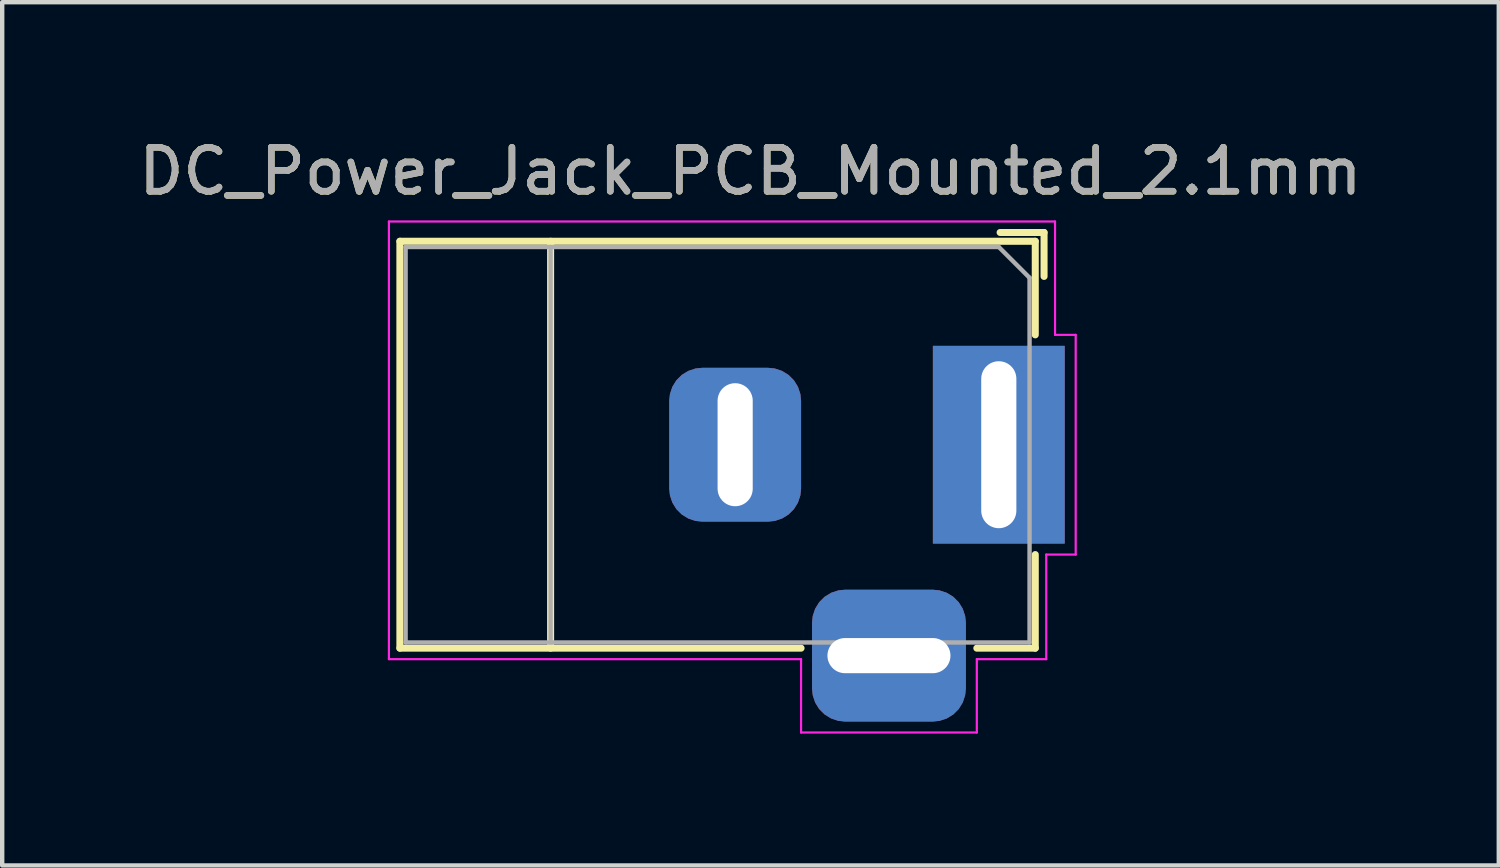
<source format=kicad_pcb>
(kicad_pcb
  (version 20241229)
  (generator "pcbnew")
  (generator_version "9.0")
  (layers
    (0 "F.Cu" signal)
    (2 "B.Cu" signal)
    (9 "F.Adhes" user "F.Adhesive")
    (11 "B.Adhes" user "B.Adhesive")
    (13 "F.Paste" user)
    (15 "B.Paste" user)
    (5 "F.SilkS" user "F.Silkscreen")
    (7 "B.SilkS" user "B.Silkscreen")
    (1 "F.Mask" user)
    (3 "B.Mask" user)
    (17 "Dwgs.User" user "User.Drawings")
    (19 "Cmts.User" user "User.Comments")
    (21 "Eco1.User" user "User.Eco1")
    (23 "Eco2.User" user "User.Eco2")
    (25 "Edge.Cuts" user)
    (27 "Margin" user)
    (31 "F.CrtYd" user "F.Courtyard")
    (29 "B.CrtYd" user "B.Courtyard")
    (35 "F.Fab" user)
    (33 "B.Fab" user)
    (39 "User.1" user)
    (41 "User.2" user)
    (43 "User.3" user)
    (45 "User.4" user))
  (footprint "DC_Power_Jack_PCB_Mounted_2.1mm"
    (layer "F.Cu")
    (at 19.681 7.071)
    (property "Reference" "DC_Power_Jack_PCB_Mounted_2.1mm" (at -5.652 -6.223 0) (layer "F.SilkS") (effects (font (size 1 1) (thickness 0.15))))
    (attr through_hole)
    (fp_line (start -13.63 -4.63) (end 0.83 -4.63) (stroke (width 0.16) (type solid)) (layer "F.SilkS"))
    (fp_line (start -13.63 4.63) (end -13.63 -4.63) (stroke (width 0.16) (type solid)) (layer "F.SilkS"))
    (fp_line (start -10.2 -4.63) (end -10.2 4.63) (stroke (width 0.16) (type solid)) (layer "F.SilkS"))
    (fp_line (start -4.5 4.63) (end -13.63 4.63) (stroke (width 0.16) (type solid)) (layer "F.SilkS"))
    (fp_line (start 0.03 -4.83) (end 1.03 -4.83) (stroke (width 0.16) (type solid)) (layer "F.SilkS"))
    (fp_line (start 0.83 -4.63) (end 0.83 -2.5) (stroke (width 0.16) (type solid)) (layer "F.SilkS"))
    (fp_line (start 0.83 2.5) (end 0.83 4.63) (stroke (width 0.16) (type solid)) (layer "F.SilkS"))
    (fp_line (start 0.83 4.63) (end -0.5 4.63) (stroke (width 0.16) (type solid)) (layer "F.SilkS"))
    (fp_line (start 1.03 -4.83) (end 1.03 -3.83) (stroke (width 0.16) (type solid)) (layer "F.SilkS"))
    (fp_line (start -13.88 -5.08) (end 1.28 -5.08) (stroke (width 0.05) (type solid)) (layer "F.CrtYd"))
    (fp_line (start -13.88 4.88) (end -13.88 -5.08) (stroke (width 0.05) (type solid)) (layer "F.CrtYd"))
    (fp_line (start -4.5 4.88) (end -13.88 4.88) (stroke (width 0.05) (type solid)) (layer "F.CrtYd"))
    (fp_line (start -4.5 6.55) (end -4.5 4.88) (stroke (width 0.05) (type solid)) (layer "F.CrtYd"))
    (fp_line (start -0.5 4.88) (end -0.5 6.55) (stroke (width 0.05) (type solid)) (layer "F.CrtYd"))
    (fp_line (start -0.5 6.55) (end -4.5 6.55) (stroke (width 0.05) (type solid)) (layer "F.CrtYd"))
    (fp_line (start 1.08 2.5) (end 1.08 4.88) (stroke (width 0.05) (type solid)) (layer "F.CrtYd"))
    (fp_line (start 1.08 4.88) (end -0.5 4.88) (stroke (width 0.05) (type solid)) (layer "F.CrtYd"))
    (fp_line (start 1.28 -5.08) (end 1.28 -2.5) (stroke (width 0.05) (type solid)) (layer "F.CrtYd"))
    (fp_line (start 1.28 -2.5) (end 1.75 -2.5) (stroke (width 0.05) (type solid)) (layer "F.CrtYd"))
    (fp_line (start 1.75 -2.5) (end 1.75 2.5) (stroke (width 0.05) (type solid)) (layer "F.CrtYd"))
    (fp_line (start 1.75 2.5) (end 1.08 2.5) (stroke (width 0.05) (type solid)) (layer "F.CrtYd"))
    (fp_line (start -13.5 -4.5) (end 0 -4.5) (stroke (width 0.1) (type solid)) (layer "F.Fab"))
    (fp_line (start -13.5 4.5) (end -13.5 -4.5) (stroke (width 0.1) (type solid)) (layer "F.Fab"))
    (fp_line (start -10.2 -4.5) (end -10.2 4.5) (stroke (width 0.1) (type solid)) (layer "F.Fab"))
    (fp_line (start 0 -4.5) (end 0.7 -3.8) (stroke (width 0.1) (type solid)) (layer "F.Fab"))
    (fp_line (start 0.7 -3.8) (end 0.7 4.5) (stroke (width 0.1) (type solid)) (layer "F.Fab"))
    (fp_line (start 0.7 4.5) (end -13.5 4.5) (stroke (width 0.1) (type solid)) (layer "F.Fab"))
    (fp_text user "${REFERENCE}" (at -5.652 -6.223 0) (layer "F.Fab") (effects (font (size 1 1) (thickness 0.15))))
    (pad "1" thru_hole rect (at 0 0) (size 3 4.5) (drill oval 0.8 3.8) (layers "*.Cu" "*.Mask"))
    (pad "2" thru_hole roundrect (at -6 0) (size 3 3.5) (drill oval 0.8 2.8) (layers "*.Cu" "*.Mask") (roundrect_rratio 0.25))
    (pad "3" thru_hole roundrect (at -2.5 4.8) (size 3.5 3) (drill oval 2.8 0.8) (layers "*.Cu" "*.Mask") (roundrect_rratio 0.25)))
  (gr_rect
    (start -3 -3)
    (end 31.06 16.646)
    (stroke (width 0.1) (type default))
    (fill no)
    (layer "Edge.Cuts")))
</source>
